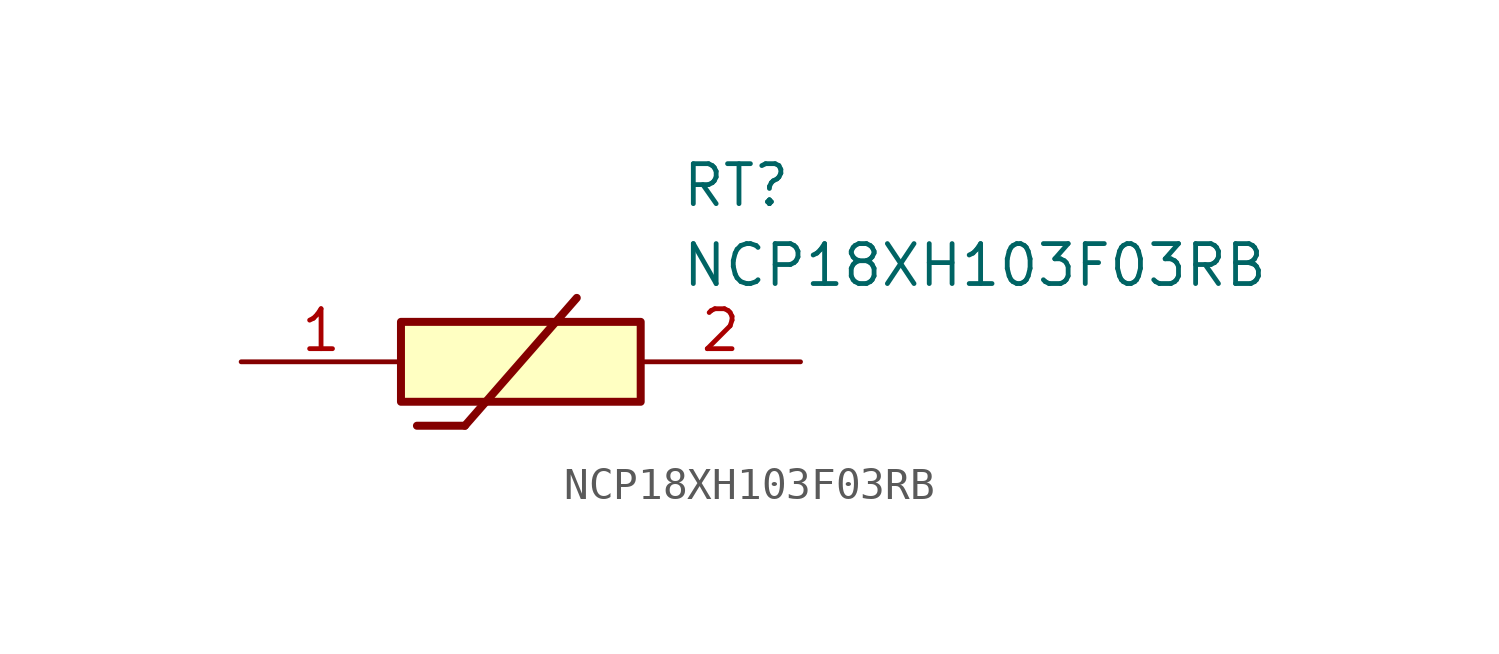
<source format=kicad_sym>
(kicad_symbol_lib
  (version 20211014)
  (generator SamacSys_ECAD_Model)
  (symbol "NCP18XH103F03RB"
    (pin_names hide)
    (property "Reference" "RT"
      (at 13.97 6.35 0)
      (effects (font (size 1.27 1.27)) (justify left top)))
    (property "Value" "NCP18XH103F03RB"
      (at 13.97 3.81 0)
      (effects (font (size 1.27 1.27)) (justify left top)))
    (rectangle
      (start 5.08 1.27)
      (end 12.7 -1.27)
      (stroke (width 0.254) (type default))
      (fill (type background)))
    (polyline
      (pts (xy 5.588 -2.032) (xy 7.112 -2.032))
      (stroke (width 0.254) (type default))
      (fill (type none)))
    (polyline
      (pts (xy 10.668 2.032) (xy 7.112 -2.032))
      (stroke (width 0.254) (type default))
      (fill (type none)))
    (pin passive line
      (at 0 0 0)
      (length 5.08)
      (name "1" (effects (font (size 1.27 1.27))))
      (number "1" (effects (font (size 1.27 1.27)))))
    (pin passive line
      (at 17.78 0 180)
      (length 5.08)
      (name "2" (effects (font (size 1.27 1.27))))
      (number "2" (effects (font (size 1.27 1.27)))))))
</source>
